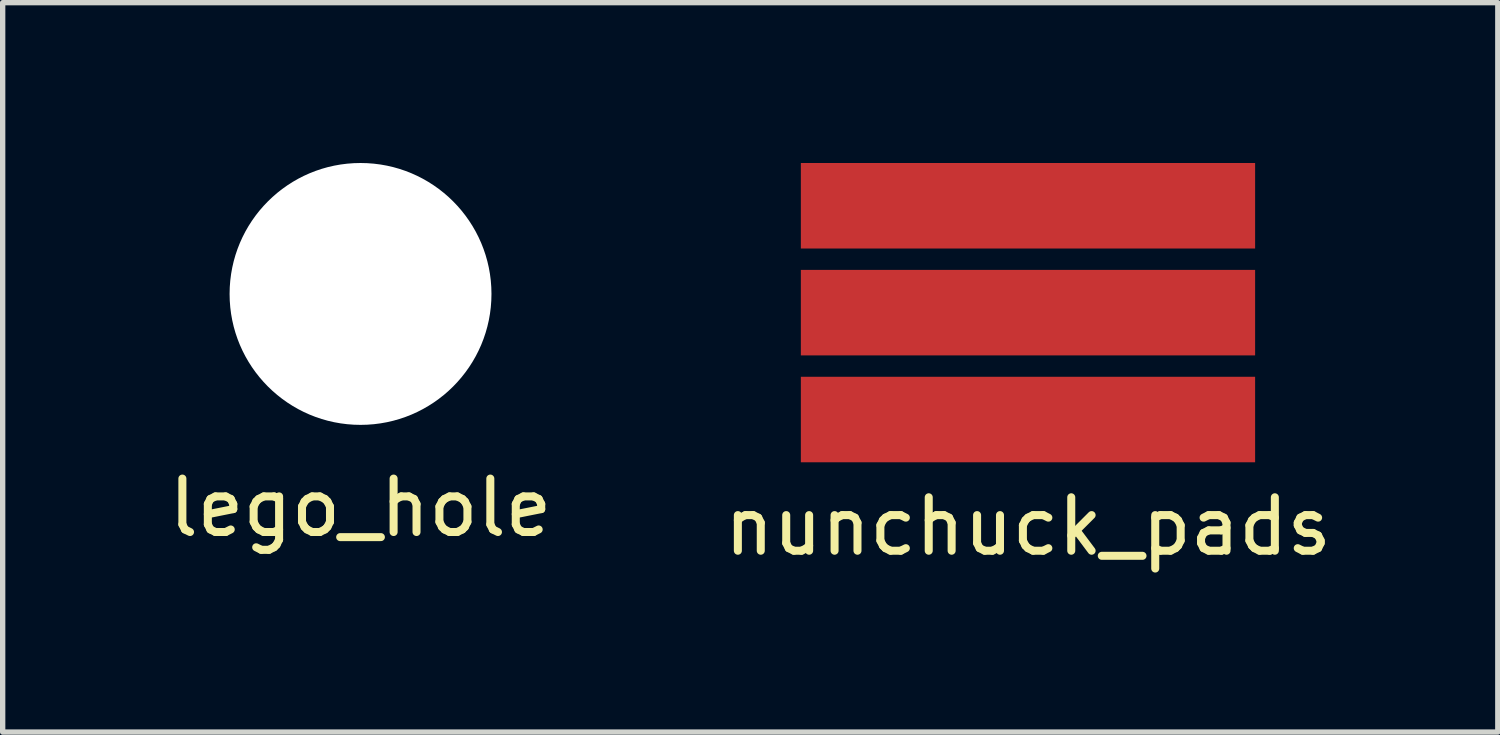
<source format=kicad_pcb>
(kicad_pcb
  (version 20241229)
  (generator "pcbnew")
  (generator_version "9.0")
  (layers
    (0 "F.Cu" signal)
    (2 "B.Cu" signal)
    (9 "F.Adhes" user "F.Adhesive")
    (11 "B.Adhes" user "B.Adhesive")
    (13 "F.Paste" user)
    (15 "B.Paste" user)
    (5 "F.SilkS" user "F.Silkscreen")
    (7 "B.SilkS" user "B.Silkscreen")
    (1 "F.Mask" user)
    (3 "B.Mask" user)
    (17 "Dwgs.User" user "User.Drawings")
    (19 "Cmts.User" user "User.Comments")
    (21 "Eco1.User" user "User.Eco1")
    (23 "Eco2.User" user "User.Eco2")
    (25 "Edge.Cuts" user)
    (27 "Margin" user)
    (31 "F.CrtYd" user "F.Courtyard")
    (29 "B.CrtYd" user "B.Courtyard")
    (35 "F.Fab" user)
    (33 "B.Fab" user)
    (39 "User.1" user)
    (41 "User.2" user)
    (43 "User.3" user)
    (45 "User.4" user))
  (footprint "nunchuck_pads"
    (layer "F.Cu")
    (at 16.185 2.8)
    (property "Reference" "nunchuck_pads" (at 0 4 0) (layer "F.SilkS") (effects (font (size 1 1) (thickness 0.15))))
    (attr through_hole)
    (pad "1" smd rect (at 0 -2) (size 8.5 1.6) (layers "F.Cu" "F.Mask" "F.Paste"))
    (pad "2" smd rect (at 0 0) (size 8.5 1.6) (layers "F.Cu" "F.Mask" "F.Paste"))
    (pad "3" smd rect (at 0 2) (size 8.5 1.6) (layers "F.Cu" "F.Mask" "F.Paste")))
  (footprint "lego_hole"
    (layer "F.Cu")
    (at 3.696 2.45)
    (property "Reference" "lego_hole" (at 0 4 0) (layer "F.SilkS") (effects (font (size 1 1) (thickness 0.15))))
    (attr through_hole)
    (pad "" np_thru_hole circle (at 0 0) (size 4.9 4.9) (drill 4.9) (layers "*.Cu" "*.Mask")))
  (gr_rect
    (start -3 -3)
    (end 24.976 10.648)
    (stroke (width 0.1) (type default))
    (fill no)
    (layer "Edge.Cuts")))
</source>
